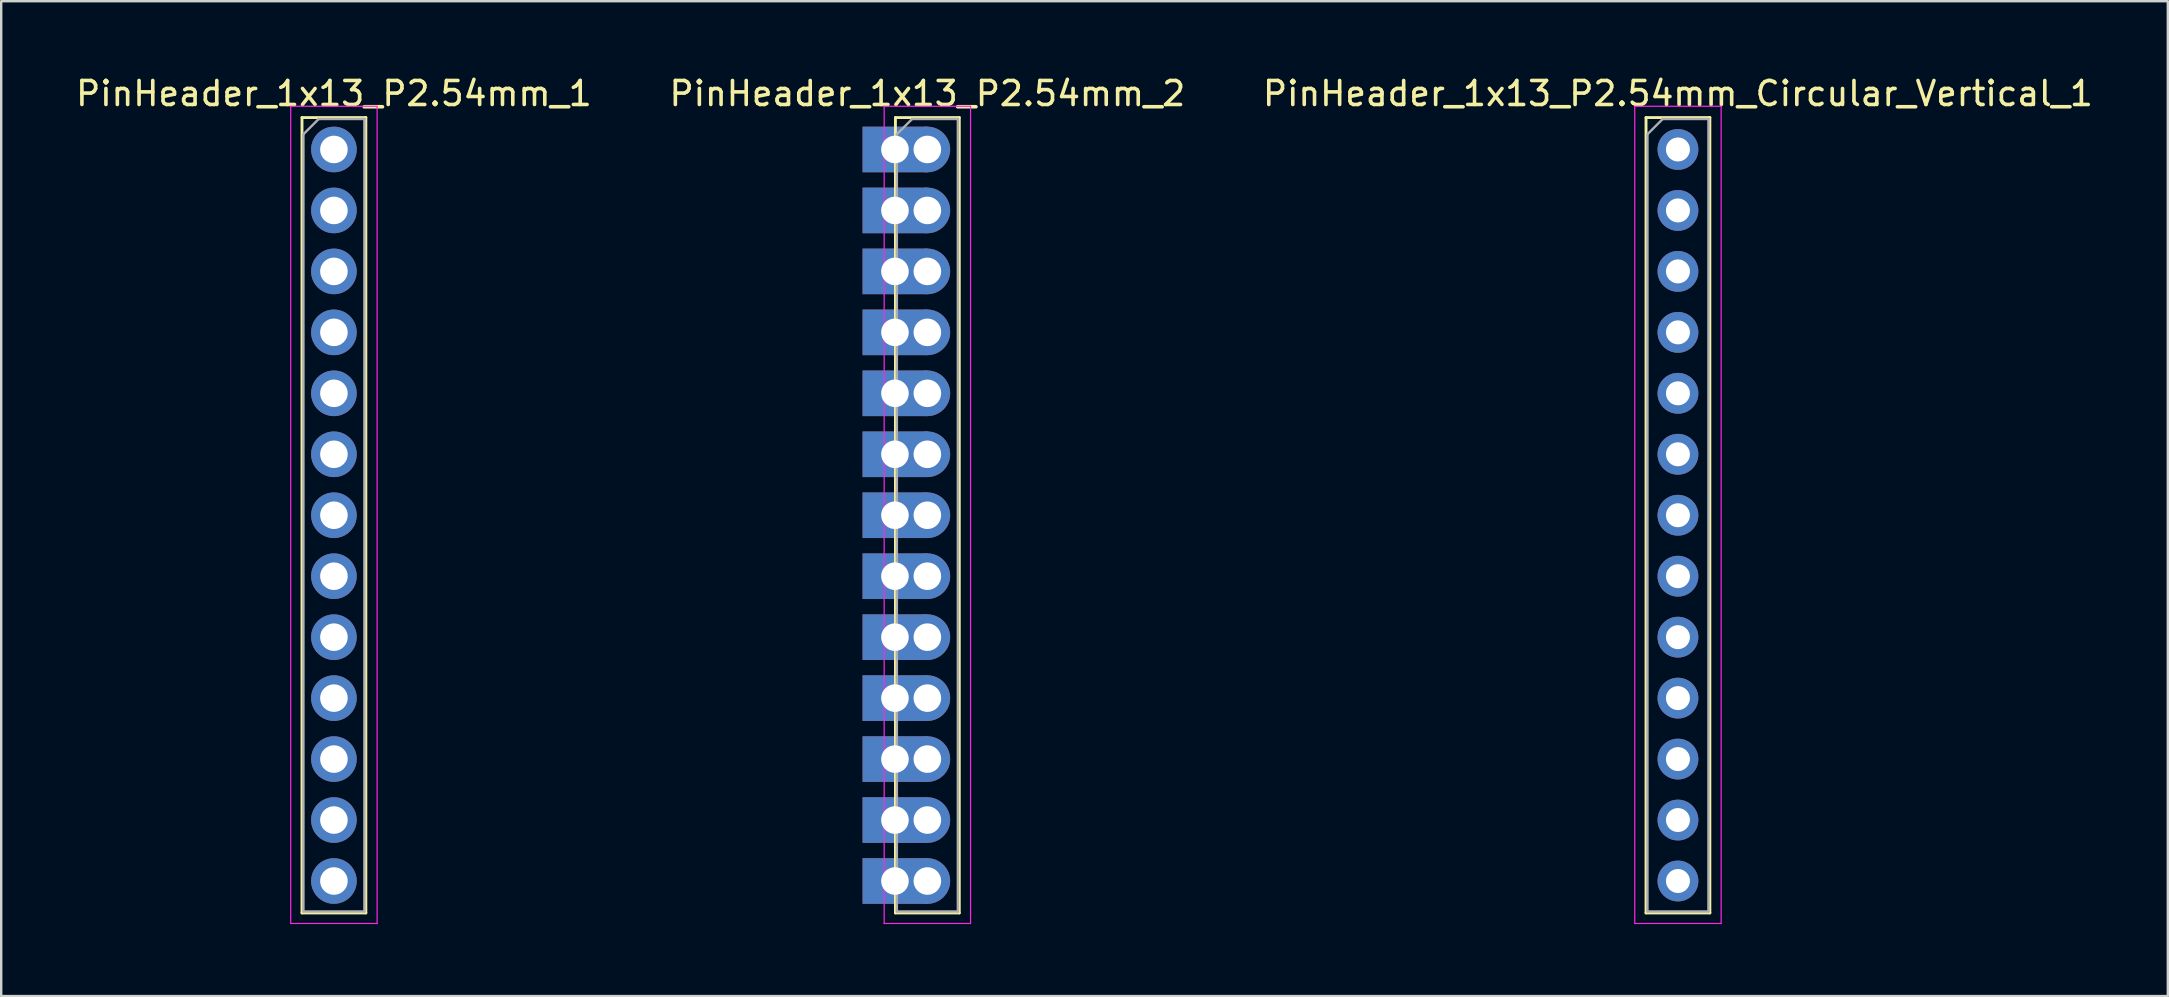
<source format=kicad_pcb>
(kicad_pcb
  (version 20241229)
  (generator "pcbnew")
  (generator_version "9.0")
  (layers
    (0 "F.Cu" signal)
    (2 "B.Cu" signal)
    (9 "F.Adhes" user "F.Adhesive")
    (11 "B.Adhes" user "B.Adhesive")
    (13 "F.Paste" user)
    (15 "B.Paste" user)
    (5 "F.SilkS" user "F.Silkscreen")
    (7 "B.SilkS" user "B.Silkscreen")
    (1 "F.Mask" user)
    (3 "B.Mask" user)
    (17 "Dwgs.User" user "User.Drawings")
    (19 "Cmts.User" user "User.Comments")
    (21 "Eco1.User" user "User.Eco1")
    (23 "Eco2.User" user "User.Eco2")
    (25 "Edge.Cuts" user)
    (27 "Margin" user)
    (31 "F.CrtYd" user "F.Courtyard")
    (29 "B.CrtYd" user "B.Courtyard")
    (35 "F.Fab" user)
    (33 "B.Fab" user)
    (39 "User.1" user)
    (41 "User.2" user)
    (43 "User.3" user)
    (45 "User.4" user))
  (footprint "PinHeader_1x13_P2.54mm_Circular_Vertical_1"
    (layer "F.Cu")
    (at 66.863 3.178)
    (property "Reference" "PinHeader_1x13_P2.54mm_Circular_Vertical_1" (at 0 -2.33 0) (layer "F.SilkS") (effects (font (size 1 1) (thickness 0.15))))
    (attr through_hole)
    (fp_line (start -1.33 -1.33) (end -1.33 31.81) (stroke (width 0.12) (type solid)) (layer "F.SilkS"))
    (fp_line (start -1.33 -1.33) (end 1.33 -1.33) (stroke (width 0.12) (type solid)) (layer "F.SilkS"))
    (fp_line (start -1.33 31.81) (end 1.33 31.81) (stroke (width 0.12) (type solid)) (layer "F.SilkS"))
    (fp_line (start 1.33 -1.33) (end 1.33 31.81) (stroke (width 0.12) (type solid)) (layer "F.SilkS"))
    (fp_line (start -1.8 -1.8) (end -1.8 32.25) (stroke (width 0.05) (type solid)) (layer "F.CrtYd"))
    (fp_line (start -1.8 32.25) (end 1.8 32.25) (stroke (width 0.05) (type solid)) (layer "F.CrtYd"))
    (fp_line (start 1.8 -1.8) (end -1.8 -1.8) (stroke (width 0.05) (type solid)) (layer "F.CrtYd"))
    (fp_line (start 1.8 32.25) (end 1.8 -1.8) (stroke (width 0.05) (type solid)) (layer "F.CrtYd"))
    (fp_line (start -1.27 -0.635) (end -0.635 -1.27) (stroke (width 0.1) (type solid)) (layer "F.Fab"))
    (fp_line (start -1.27 31.75) (end -1.27 -0.635) (stroke (width 0.1) (type solid)) (layer "F.Fab"))
    (fp_line (start -0.635 -1.27) (end 1.27 -1.27) (stroke (width 0.1) (type solid)) (layer "F.Fab"))
    (fp_line (start 1.27 -1.27) (end 1.27 31.75) (stroke (width 0.1) (type solid)) (layer "F.Fab"))
    (fp_line (start 1.27 31.75) (end -1.27 31.75) (stroke (width 0.1) (type solid)) (layer "F.Fab"))
    (pad "1" thru_hole circle (at 0 0) (size 1.7 1.7) (drill 1) (layers "*.Cu" "*.Mask"))
    (pad "2" thru_hole circle (at 0 2.54) (size 1.7 1.7) (drill 1) (layers "*.Cu" "*.Mask"))
    (pad "3" thru_hole circle (at 0 5.08) (size 1.7 1.7) (drill 1) (layers "*.Cu" "*.Mask"))
    (pad "4" thru_hole circle (at 0 7.62) (size 1.7 1.7) (drill 1) (layers "*.Cu" "*.Mask"))
    (pad "5" thru_hole circle (at 0 10.16) (size 1.7 1.7) (drill 1) (layers "*.Cu" "*.Mask"))
    (pad "6" thru_hole circle (at 0 12.7) (size 1.7 1.7) (drill 1) (layers "*.Cu" "*.Mask"))
    (pad "7" thru_hole circle (at 0 15.24) (size 1.7 1.7) (drill 1) (layers "*.Cu" "*.Mask"))
    (pad "8" thru_hole circle (at 0 17.78) (size 1.7 1.7) (drill 1) (layers "*.Cu" "*.Mask"))
    (pad "9" thru_hole circle (at 0 20.32) (size 1.7 1.7) (drill 1) (layers "*.Cu" "*.Mask"))
    (pad "10" thru_hole circle (at 0 22.86) (size 1.7 1.7) (drill 1) (layers "*.Cu" "*.Mask"))
    (pad "11" thru_hole circle (at 0 25.4) (size 1.7 1.7) (drill 1) (layers "*.Cu" "*.Mask"))
    (pad "12" thru_hole circle (at 0 27.94) (size 1.7 1.7) (drill 1) (layers "*.Cu" "*.Mask"))
    (pad "13" thru_hole circle (at 0 30.48) (size 1.7 1.7) (drill 1) (layers "*.Cu" "*.Mask")))
  (footprint "PinHeader_1x13_P2.54mm_1"
    (layer "F.Cu")
    (at 10.863 3.178)
    (property "Reference" "PinHeader_1x13_P2.54mm_1" (at 0 -2.33 0) (layer "F.SilkS") (effects (font (size 1 1) (thickness 0.15))))
    (attr through_hole)
    (fp_line (start -1.33 -1.33) (end -1.33 31.81) (stroke (width 0.12) (type solid)) (layer "F.SilkS"))
    (fp_line (start -1.33 -1.33) (end 1.33 -1.33) (stroke (width 0.12) (type solid)) (layer "F.SilkS"))
    (fp_line (start -1.33 31.81) (end 1.33 31.81) (stroke (width 0.12) (type solid)) (layer "F.SilkS"))
    (fp_line (start 1.33 -1.33) (end 1.33 31.81) (stroke (width 0.12) (type solid)) (layer "F.SilkS"))
    (fp_line (start -1.8 -1.8) (end -1.8 32.25) (stroke (width 0.05) (type solid)) (layer "F.CrtYd"))
    (fp_line (start -1.8 32.25) (end 1.8 32.25) (stroke (width 0.05) (type solid)) (layer "F.CrtYd"))
    (fp_line (start 1.8 -1.8) (end -1.8 -1.8) (stroke (width 0.05) (type solid)) (layer "F.CrtYd"))
    (fp_line (start 1.8 32.25) (end 1.8 -1.8) (stroke (width 0.05) (type solid)) (layer "F.CrtYd"))
    (fp_line (start -1.27 -0.635) (end -0.635 -1.27) (stroke (width 0.1) (type solid)) (layer "F.Fab"))
    (fp_line (start -1.27 31.75) (end -1.27 -0.635) (stroke (width 0.1) (type solid)) (layer "F.Fab"))
    (fp_line (start -0.635 -1.27) (end 1.27 -1.27) (stroke (width 0.1) (type solid)) (layer "F.Fab"))
    (fp_line (start 1.27 -1.27) (end 1.27 31.75) (stroke (width 0.1) (type solid)) (layer "F.Fab"))
    (fp_line (start 1.27 31.75) (end -1.27 31.75) (stroke (width 0.1) (type solid)) (layer "F.Fab"))
    (pad "1" thru_hole circle (at 0 0) (size 1.9 1.9) (drill 1.15) (layers "*.Cu" "*.Mask"))
    (pad "2" thru_hole circle (at 0 2.54) (size 1.9 1.9) (drill 1.15) (layers "*.Cu" "*.Mask"))
    (pad "3" thru_hole circle (at 0 5.08) (size 1.9 1.9) (drill 1.15) (layers "*.Cu" "*.Mask"))
    (pad "4" thru_hole circle (at 0 7.62) (size 1.9 1.9) (drill 1.15) (layers "*.Cu" "*.Mask"))
    (pad "5" thru_hole circle (at 0 10.16) (size 1.9 1.9) (drill 1.15) (layers "*.Cu" "*.Mask"))
    (pad "6" thru_hole circle (at 0 12.7) (size 1.9 1.9) (drill 1.15) (layers "*.Cu" "*.Mask"))
    (pad "7" thru_hole circle (at 0 15.24) (size 1.9 1.9) (drill 1.15) (layers "*.Cu" "*.Mask"))
    (pad "8" thru_hole circle (at 0 17.78) (size 1.9 1.9) (drill 1.15) (layers "*.Cu" "*.Mask"))
    (pad "9" thru_hole circle (at 0 20.32) (size 1.9 1.9) (drill 1.15) (layers "*.Cu" "*.Mask"))
    (pad "10" thru_hole circle (at 0 22.86) (size 1.9 1.9) (drill 1.15) (layers "*.Cu" "*.Mask"))
    (pad "11" thru_hole circle (at 0 25.4) (size 1.9 1.9) (drill 1.15) (layers "*.Cu" "*.Mask"))
    (pad "12" thru_hole circle (at 0 27.94) (size 1.9 1.9) (drill 1.15) (layers "*.Cu" "*.Mask"))
    (pad "13" thru_hole circle (at 0 30.48) (size 1.9 1.9) (drill 1.15) (layers "*.Cu" "*.Mask")))
  (footprint "PinHeader_1x13_P2.54mm_2"
    (layer "F.Cu")
    (at 35.589 3.178)
    (property "Reference" "PinHeader_1x13_P2.54mm_2" (at 0 -2.33 0) (layer "F.SilkS") (effects (font (size 1 1) (thickness 0.15))))
    (attr through_hole)
    (fp_line (start -1.33 -1.33) (end -1.33 31.81) (stroke (width 0.12) (type solid)) (layer "F.SilkS"))
    (fp_line (start -1.33 -1.33) (end 1.33 -1.33) (stroke (width 0.12) (type solid)) (layer "F.SilkS"))
    (fp_line (start -1.33 31.81) (end 1.33 31.81) (stroke (width 0.12) (type solid)) (layer "F.SilkS"))
    (fp_line (start 1.33 -1.33) (end 1.33 31.81) (stroke (width 0.12) (type solid)) (layer "F.SilkS"))
    (fp_line (start -1.8 -1.8) (end -1.8 32.25) (stroke (width 0.05) (type solid)) (layer "F.CrtYd"))
    (fp_line (start -1.8 32.25) (end 1.8 32.25) (stroke (width 0.05) (type solid)) (layer "F.CrtYd"))
    (fp_line (start 1.8 -1.8) (end -1.8 -1.8) (stroke (width 0.05) (type solid)) (layer "F.CrtYd"))
    (fp_line (start 1.8 32.25) (end 1.8 -1.8) (stroke (width 0.05) (type solid)) (layer "F.CrtYd"))
    (fp_line (start -1.27 -0.635) (end -0.635 -1.27) (stroke (width 0.1) (type solid)) (layer "F.Fab"))
    (fp_line (start -1.27 31.75) (end -1.27 -0.635) (stroke (width 0.1) (type solid)) (layer "F.Fab"))
    (fp_line (start -0.635 -1.27) (end 1.27 -1.27) (stroke (width 0.1) (type solid)) (layer "F.Fab"))
    (fp_line (start 1.27 -1.27) (end 1.27 31.75) (stroke (width 0.1) (type solid)) (layer "F.Fab"))
    (fp_line (start 1.27 31.75) (end -1.27 31.75) (stroke (width 0.1) (type solid)) (layer "F.Fab"))
    (pad "1" thru_hole rect (at -1.35 0) (size 2.7 1.9) (drill 1.15) (layers "*.Cu" "*.Mask"))
    (pad "1" thru_hole circle (at 0 0) (size 1.9 1.9) (drill 1.15) (layers "*.Cu" "*.Mask"))
    (pad "2" thru_hole rect (at -1.35 2.54) (size 2.7 1.9) (drill 1.15) (layers "*.Cu" "*.Mask"))
    (pad "2" thru_hole circle (at 0 2.54) (size 1.9 1.9) (drill 1.15) (layers "*.Cu" "*.Mask"))
    (pad "3" thru_hole rect (at -1.35 5.08) (size 2.7 1.9) (drill 1.15) (layers "*.Cu" "*.Mask"))
    (pad "3" thru_hole circle (at 0 5.08) (size 1.9 1.9) (drill 1.15) (layers "*.Cu" "*.Mask"))
    (pad "4" thru_hole rect (at -1.35 7.62) (size 2.7 1.9) (drill 1.15) (layers "*.Cu" "*.Mask"))
    (pad "4" thru_hole circle (at 0 7.62) (size 1.9 1.9) (drill 1.15) (layers "*.Cu" "*.Mask"))
    (pad "5" thru_hole rect (at -1.35 10.16) (size 2.7 1.9) (drill 1.15) (layers "*.Cu" "*.Mask"))
    (pad "5" thru_hole circle (at 0 10.16) (size 1.9 1.9) (drill 1.15) (layers "*.Cu" "*.Mask"))
    (pad "6" thru_hole rect (at -1.35 12.7) (size 2.7 1.9) (drill 1.15) (layers "*.Cu" "*.Mask"))
    (pad "6" thru_hole circle (at 0 12.7) (size 1.9 1.9) (drill 1.15) (layers "*.Cu" "*.Mask"))
    (pad "7" thru_hole rect (at -1.35 15.24) (size 2.7 1.9) (drill 1.15) (layers "*.Cu" "*.Mask"))
    (pad "7" thru_hole circle (at 0 15.24) (size 1.9 1.9) (drill 1.15) (layers "*.Cu" "*.Mask"))
    (pad "8" thru_hole rect (at -1.35 17.78) (size 2.7 1.9) (drill 1.15) (layers "*.Cu" "*.Mask"))
    (pad "8" thru_hole circle (at 0 17.78) (size 1.9 1.9) (drill 1.15) (layers "*.Cu" "*.Mask"))
    (pad "9" thru_hole rect (at -1.35 20.32) (size 2.7 1.9) (drill 1.15) (layers "*.Cu" "*.Mask"))
    (pad "9" thru_hole circle (at 0 20.32) (size 1.9 1.9) (drill 1.15) (layers "*.Cu" "*.Mask"))
    (pad "10" thru_hole rect (at -1.35 22.86) (size 2.7 1.9) (drill 1.15) (layers "*.Cu" "*.Mask"))
    (pad "10" thru_hole circle (at 0 22.86) (size 1.9 1.9) (drill 1.15) (layers "*.Cu" "*.Mask"))
    (pad "11" thru_hole rect (at -1.35 25.4) (size 2.7 1.9) (drill 1.15) (layers "*.Cu" "*.Mask"))
    (pad "11" thru_hole circle (at 0 25.4) (size 1.9 1.9) (drill 1.15) (layers "*.Cu" "*.Mask"))
    (pad "12" thru_hole rect (at -1.35 27.94) (size 2.7 1.9) (drill 1.15) (layers "*.Cu" "*.Mask"))
    (pad "12" thru_hole circle (at 0 27.94) (size 1.9 1.9) (drill 1.15) (layers "*.Cu" "*.Mask"))
    (pad "13" thru_hole rect (at -1.35 30.48) (size 2.7 1.9) (drill 1.15) (layers "*.Cu" "*.Mask"))
    (pad "13" thru_hole circle (at 0 30.48) (size 1.9 1.9) (drill 1.15) (layers "*.Cu" "*.Mask")))
  (gr_rect
    (start -3 -3)
    (end 87.274 38.453)
    (stroke (width 0.1) (type default))
    (fill no)
    (layer "Edge.Cuts")))
</source>
